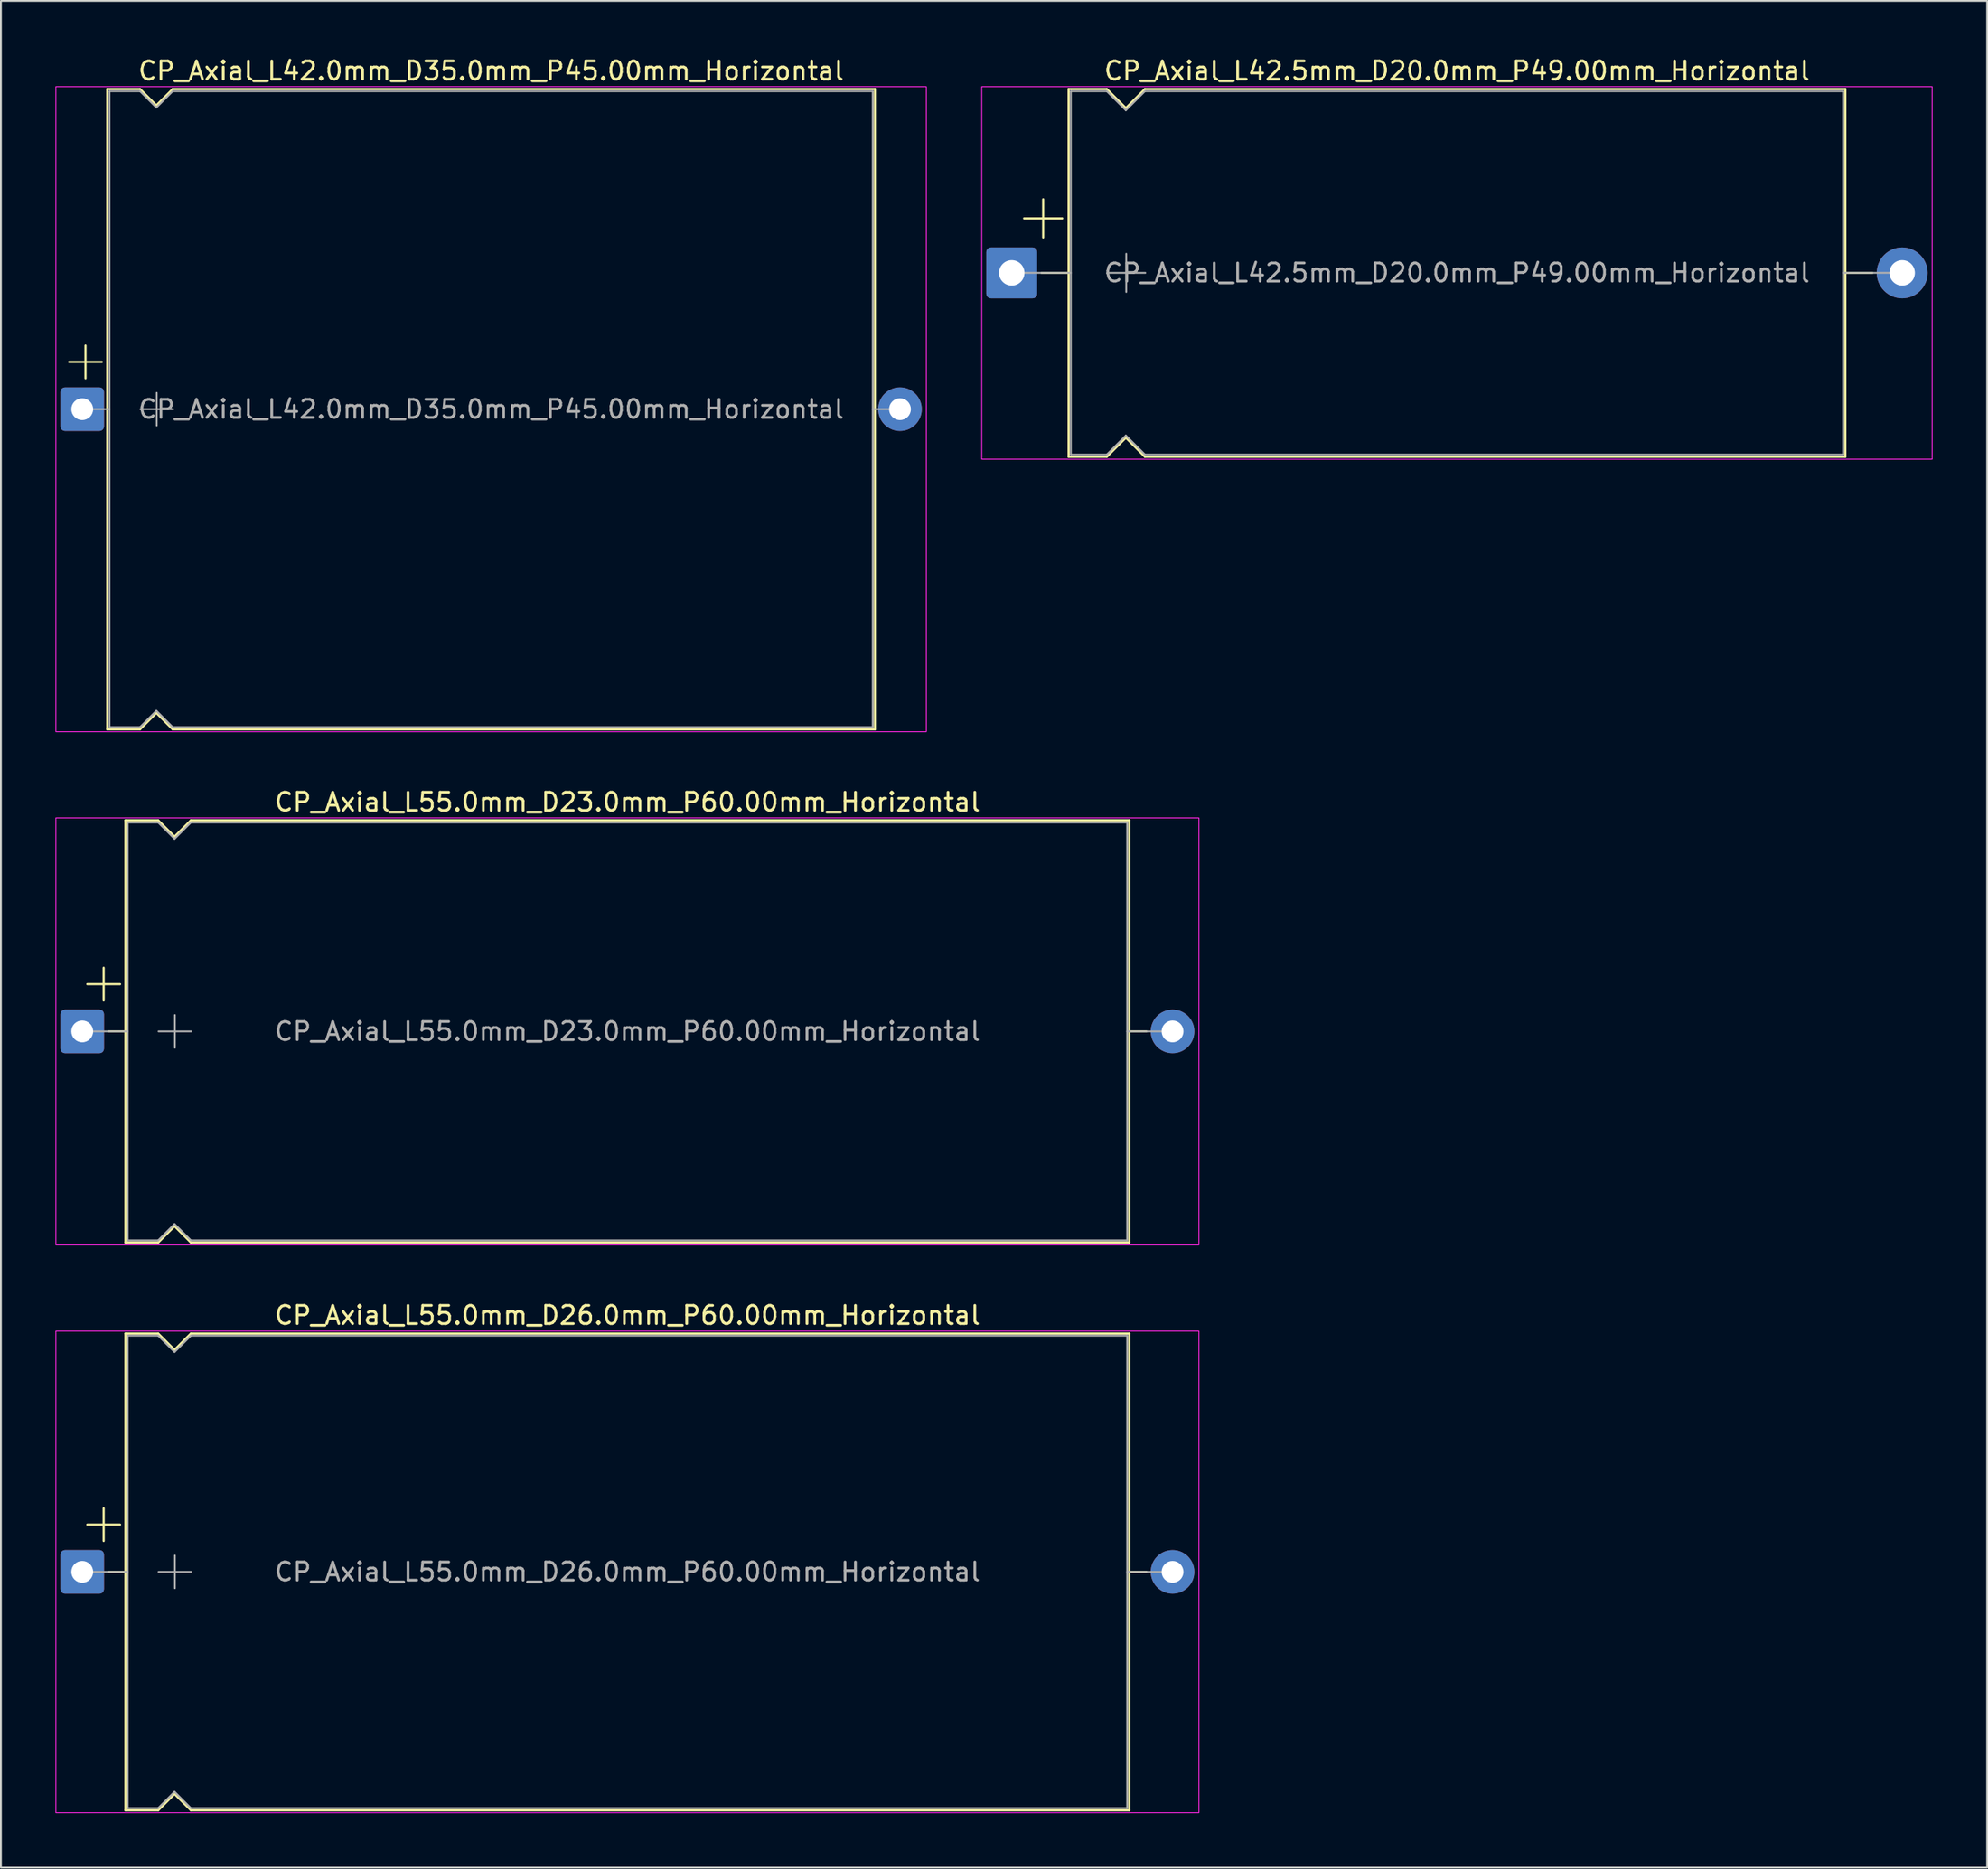
<source format=kicad_pcb>
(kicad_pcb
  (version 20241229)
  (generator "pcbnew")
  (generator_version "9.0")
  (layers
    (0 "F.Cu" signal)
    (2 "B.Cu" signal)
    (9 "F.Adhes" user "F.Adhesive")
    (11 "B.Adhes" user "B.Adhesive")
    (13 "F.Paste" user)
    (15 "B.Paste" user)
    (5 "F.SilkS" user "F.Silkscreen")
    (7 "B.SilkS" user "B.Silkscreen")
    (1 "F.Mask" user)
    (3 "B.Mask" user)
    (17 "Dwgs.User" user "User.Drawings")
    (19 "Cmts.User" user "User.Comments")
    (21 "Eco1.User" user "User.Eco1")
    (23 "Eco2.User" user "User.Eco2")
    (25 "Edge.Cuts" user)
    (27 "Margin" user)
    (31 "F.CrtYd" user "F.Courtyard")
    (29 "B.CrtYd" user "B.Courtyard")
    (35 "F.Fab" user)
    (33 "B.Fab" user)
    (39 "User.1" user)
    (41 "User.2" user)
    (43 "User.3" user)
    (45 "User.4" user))
  (footprint "CP_Axial_L55.0mm_D23.0mm_P60.00mm_Horizontal"
    (layer "F.Cu")
    (at 1.475 53.712)
    (property "Reference" "CP_Axial_L55.0mm_D23.0mm_P60.00mm_Horizontal" (at 30 -12.62 0) (layer "F.SilkS") (effects (font (size 1 1) (thickness 0.15))))
    (attr through_hole)
    (fp_line (start 0.28 -2.6) (end 2.08 -2.6) (stroke (width 0.12) (type solid)) (layer "F.SilkS"))
    (fp_line (start 1.18 -3.5) (end 1.18 -1.7) (stroke (width 0.12) (type solid)) (layer "F.SilkS"))
    (fp_line (start 1.44 0) (end 2.38 0) (stroke (width 0.12) (type solid)) (layer "F.SilkS"))
    (fp_line (start 2.38 -11.62) (end 2.38 11.62) (stroke (width 0.12) (type solid)) (layer "F.SilkS"))
    (fp_line (start 2.38 -11.62) (end 4.18 -11.62) (stroke (width 0.12) (type solid)) (layer "F.SilkS"))
    (fp_line (start 2.38 11.62) (end 4.18 11.62) (stroke (width 0.12) (type solid)) (layer "F.SilkS"))
    (fp_line (start 4.18 -11.62) (end 5.08 -10.72) (stroke (width 0.12) (type solid)) (layer "F.SilkS"))
    (fp_line (start 4.18 11.62) (end 5.08 10.72) (stroke (width 0.12) (type solid)) (layer "F.SilkS"))
    (fp_line (start 5.08 -10.72) (end 5.98 -11.62) (stroke (width 0.12) (type solid)) (layer "F.SilkS"))
    (fp_line (start 5.08 10.72) (end 5.98 11.62) (stroke (width 0.12) (type solid)) (layer "F.SilkS"))
    (fp_line (start 5.98 -11.62) (end 57.62 -11.62) (stroke (width 0.12) (type solid)) (layer "F.SilkS"))
    (fp_line (start 5.98 11.62) (end 57.62 11.62) (stroke (width 0.12) (type solid)) (layer "F.SilkS"))
    (fp_line (start 57.62 -11.62) (end 57.62 11.62) (stroke (width 0.12) (type solid)) (layer "F.SilkS"))
    (fp_line (start 58.56 0) (end 57.62 0) (stroke (width 0.12) (type solid)) (layer "F.SilkS"))
    (fp_rect (start -1.45 -11.75) (end 61.45 11.75) (stroke (width 0.05) (type solid)) (fill no) (layer "F.CrtYd"))
    (fp_line (start 0 0) (end 2.5 0) (stroke (width 0.1) (type solid)) (layer "F.Fab"))
    (fp_line (start 2.5 -11.5) (end 2.5 11.5) (stroke (width 0.1) (type solid)) (layer "F.Fab"))
    (fp_line (start 2.5 -11.5) (end 4.18 -11.5) (stroke (width 0.1) (type solid)) (layer "F.Fab"))
    (fp_line (start 2.5 11.5) (end 4.18 11.5) (stroke (width 0.1) (type solid)) (layer "F.Fab"))
    (fp_line (start 4.18 -11.5) (end 5.08 -10.6) (stroke (width 0.1) (type solid)) (layer "F.Fab"))
    (fp_line (start 4.18 11.5) (end 5.08 10.6) (stroke (width 0.1) (type solid)) (layer "F.Fab"))
    (fp_line (start 4.2 0) (end 6 0) (stroke (width 0.1) (type solid)) (layer "F.Fab"))
    (fp_line (start 5.08 -10.6) (end 5.98 -11.5) (stroke (width 0.1) (type solid)) (layer "F.Fab"))
    (fp_line (start 5.08 10.6) (end 5.98 11.5) (stroke (width 0.1) (type solid)) (layer "F.Fab"))
    (fp_line (start 5.1 -0.9) (end 5.1 0.9) (stroke (width 0.1) (type solid)) (layer "F.Fab"))
    (fp_line (start 5.98 -11.5) (end 57.5 -11.5) (stroke (width 0.1) (type solid)) (layer "F.Fab"))
    (fp_line (start 5.98 11.5) (end 57.5 11.5) (stroke (width 0.1) (type solid)) (layer "F.Fab"))
    (fp_line (start 57.5 -11.5) (end 57.5 11.5) (stroke (width 0.1) (type solid)) (layer "F.Fab"))
    (fp_line (start 60 0) (end 57.5 0) (stroke (width 0.1) (type solid)) (layer "F.Fab"))
    (fp_text user "${REFERENCE}" (at 30 0 0) (layer "F.Fab") (effects (font (size 1 1) (thickness 0.15))))
    (pad "1" thru_hole roundrect (at 0 0) (size 2.4 2.4) (drill 1.2) (layers "*.Cu" "*.Mask") (roundrect_rratio 0.104))
    (pad "2" thru_hole circle (at 60 0) (size 2.4 2.4) (drill 1.2) (layers "*.Cu" "*.Mask")))
  (footprint "CP_Axial_L42.5mm_D20.0mm_P49.00mm_Horizontal"
    (layer "F.Cu")
    (at 52.625 11.968)
    (property "Reference" "CP_Axial_L42.5mm_D20.0mm_P49.00mm_Horizontal" (at 24.5 -11.12 0) (layer "F.SilkS") (effects (font (size 1 1) (thickness 0.15))))
    (attr through_hole)
    (fp_line (start 0.68 -3) (end 2.78 -3) (stroke (width 0.12) (type solid)) (layer "F.SilkS"))
    (fp_line (start 1.64 0) (end 3.13 0) (stroke (width 0.12) (type solid)) (layer "F.SilkS"))
    (fp_line (start 1.73 -4.05) (end 1.73 -1.95) (stroke (width 0.12) (type solid)) (layer "F.SilkS"))
    (fp_line (start 3.13 -10.12) (end 3.13 10.12) (stroke (width 0.12) (type solid)) (layer "F.SilkS"))
    (fp_line (start 3.13 -10.12) (end 5.23 -10.12) (stroke (width 0.12) (type solid)) (layer "F.SilkS"))
    (fp_line (start 3.13 10.12) (end 5.23 10.12) (stroke (width 0.12) (type solid)) (layer "F.SilkS"))
    (fp_line (start 5.23 -10.12) (end 6.28 -9.07) (stroke (width 0.12) (type solid)) (layer "F.SilkS"))
    (fp_line (start 5.23 10.12) (end 6.28 9.07) (stroke (width 0.12) (type solid)) (layer "F.SilkS"))
    (fp_line (start 6.28 -9.07) (end 7.33 -10.12) (stroke (width 0.12) (type solid)) (layer "F.SilkS"))
    (fp_line (start 6.28 9.07) (end 7.33 10.12) (stroke (width 0.12) (type solid)) (layer "F.SilkS"))
    (fp_line (start 7.33 -10.12) (end 45.87 -10.12) (stroke (width 0.12) (type solid)) (layer "F.SilkS"))
    (fp_line (start 7.33 10.12) (end 45.87 10.12) (stroke (width 0.12) (type solid)) (layer "F.SilkS"))
    (fp_line (start 45.87 -10.12) (end 45.87 10.12) (stroke (width 0.12) (type solid)) (layer "F.SilkS"))
    (fp_line (start 47.36 0) (end 45.87 0) (stroke (width 0.12) (type solid)) (layer "F.SilkS"))
    (fp_rect (start -1.65 -10.25) (end 50.65 10.25) (stroke (width 0.05) (type solid)) (fill no) (layer "F.CrtYd"))
    (fp_line (start 0 0) (end 3.25 0) (stroke (width 0.1) (type solid)) (layer "F.Fab"))
    (fp_line (start 3.25 -10) (end 3.25 10) (stroke (width 0.1) (type solid)) (layer "F.Fab"))
    (fp_line (start 3.25 -10) (end 5.23 -10) (stroke (width 0.1) (type solid)) (layer "F.Fab"))
    (fp_line (start 3.25 10) (end 5.23 10) (stroke (width 0.1) (type solid)) (layer "F.Fab"))
    (fp_line (start 5.23 -10) (end 6.28 -8.95) (stroke (width 0.1) (type solid)) (layer "F.Fab"))
    (fp_line (start 5.23 10) (end 6.28 8.95) (stroke (width 0.1) (type solid)) (layer "F.Fab"))
    (fp_line (start 5.25 0) (end 7.35 0) (stroke (width 0.1) (type solid)) (layer "F.Fab"))
    (fp_line (start 6.28 -8.95) (end 7.33 -10) (stroke (width 0.1) (type solid)) (layer "F.Fab"))
    (fp_line (start 6.28 8.95) (end 7.33 10) (stroke (width 0.1) (type solid)) (layer "F.Fab"))
    (fp_line (start 6.3 -1.05) (end 6.3 1.05) (stroke (width 0.1) (type solid)) (layer "F.Fab"))
    (fp_line (start 7.33 -10) (end 45.75 -10) (stroke (width 0.1) (type solid)) (layer "F.Fab"))
    (fp_line (start 7.33 10) (end 45.75 10) (stroke (width 0.1) (type solid)) (layer "F.Fab"))
    (fp_line (start 45.75 -10) (end 45.75 10) (stroke (width 0.1) (type solid)) (layer "F.Fab"))
    (fp_line (start 49 0) (end 45.75 0) (stroke (width 0.1) (type solid)) (layer "F.Fab"))
    (fp_text user "${REFERENCE}" (at 24.5 0 0) (layer "F.Fab") (effects (font (size 1 1) (thickness 0.15))))
    (pad "1" thru_hole roundrect (at 0 0) (size 2.8 2.8) (drill 1.4) (layers "*.Cu" "*.Mask") (roundrect_rratio 0.089))
    (pad "2" thru_hole circle (at 49 0) (size 2.8 2.8) (drill 1.4) (layers "*.Cu" "*.Mask")))
  (footprint "CP_Axial_L42.0mm_D35.0mm_P45.00mm_Horizontal"
    (layer "F.Cu")
    (at 1.475 19.468)
    (property "Reference" "CP_Axial_L42.0mm_D35.0mm_P45.00mm_Horizontal" (at 22.5 -18.62 0) (layer "F.SilkS") (effects (font (size 1 1) (thickness 0.15))))
    (attr through_hole)
    (fp_line (start -0.72 -2.6) (end 1.08 -2.6) (stroke (width 0.12) (type solid)) (layer "F.SilkS"))
    (fp_line (start 0.18 -3.5) (end 0.18 -1.7) (stroke (width 0.12) (type solid)) (layer "F.SilkS"))
    (fp_line (start 1.38 -17.62) (end 1.38 17.62) (stroke (width 0.12) (type solid)) (layer "F.SilkS"))
    (fp_line (start 1.38 -17.62) (end 3.18 -17.62) (stroke (width 0.12) (type solid)) (layer "F.SilkS"))
    (fp_line (start 1.38 17.62) (end 3.18 17.62) (stroke (width 0.12) (type solid)) (layer "F.SilkS"))
    (fp_line (start 3.18 -17.62) (end 4.08 -16.72) (stroke (width 0.12) (type solid)) (layer "F.SilkS"))
    (fp_line (start 3.18 17.62) (end 4.08 16.72) (stroke (width 0.12) (type solid)) (layer "F.SilkS"))
    (fp_line (start 4.08 -16.72) (end 4.98 -17.62) (stroke (width 0.12) (type solid)) (layer "F.SilkS"))
    (fp_line (start 4.08 16.72) (end 4.98 17.62) (stroke (width 0.12) (type solid)) (layer "F.SilkS"))
    (fp_line (start 4.98 -17.62) (end 43.62 -17.62) (stroke (width 0.12) (type solid)) (layer "F.SilkS"))
    (fp_line (start 4.98 17.62) (end 43.62 17.62) (stroke (width 0.12) (type solid)) (layer "F.SilkS"))
    (fp_line (start 43.62 -17.62) (end 43.62 17.62) (stroke (width 0.12) (type solid)) (layer "F.SilkS"))
    (fp_rect (start -1.45 -17.75) (end 46.45 17.75) (stroke (width 0.05) (type solid)) (fill no) (layer "F.CrtYd"))
    (fp_line (start 0 0) (end 1.5 0) (stroke (width 0.1) (type solid)) (layer "F.Fab"))
    (fp_line (start 1.5 -17.5) (end 1.5 17.5) (stroke (width 0.1) (type solid)) (layer "F.Fab"))
    (fp_line (start 1.5 -17.5) (end 3.18 -17.5) (stroke (width 0.1) (type solid)) (layer "F.Fab"))
    (fp_line (start 1.5 17.5) (end 3.18 17.5) (stroke (width 0.1) (type solid)) (layer "F.Fab"))
    (fp_line (start 3.18 -17.5) (end 4.08 -16.6) (stroke (width 0.1) (type solid)) (layer "F.Fab"))
    (fp_line (start 3.18 17.5) (end 4.08 16.6) (stroke (width 0.1) (type solid)) (layer "F.Fab"))
    (fp_line (start 3.2 0) (end 5 0) (stroke (width 0.1) (type solid)) (layer "F.Fab"))
    (fp_line (start 4.08 -16.6) (end 4.98 -17.5) (stroke (width 0.1) (type solid)) (layer "F.Fab"))
    (fp_line (start 4.08 16.6) (end 4.98 17.5) (stroke (width 0.1) (type solid)) (layer "F.Fab"))
    (fp_line (start 4.1 -0.9) (end 4.1 0.9) (stroke (width 0.1) (type solid)) (layer "F.Fab"))
    (fp_line (start 4.98 -17.5) (end 43.5 -17.5) (stroke (width 0.1) (type solid)) (layer "F.Fab"))
    (fp_line (start 4.98 17.5) (end 43.5 17.5) (stroke (width 0.1) (type solid)) (layer "F.Fab"))
    (fp_line (start 43.5 -17.5) (end 43.5 17.5) (stroke (width 0.1) (type solid)) (layer "F.Fab"))
    (fp_line (start 45 0) (end 43.5 0) (stroke (width 0.1) (type solid)) (layer "F.Fab"))
    (fp_text user "${REFERENCE}" (at 22.5 0 0) (layer "F.Fab") (effects (font (size 1 1) (thickness 0.15))))
    (pad "1" thru_hole roundrect (at 0 0) (size 2.4 2.4) (drill 1.2) (layers "*.Cu" "*.Mask") (roundrect_rratio 0.104))
    (pad "2" thru_hole circle (at 45 0) (size 2.4 2.4) (drill 1.2) (layers "*.Cu" "*.Mask")))
  (footprint "CP_Axial_L55.0mm_D26.0mm_P60.00mm_Horizontal"
    (layer "F.Cu")
    (at 1.475 83.455)
    (property "Reference" "CP_Axial_L55.0mm_D26.0mm_P60.00mm_Horizontal" (at 30 -14.12 0) (layer "F.SilkS") (effects (font (size 1 1) (thickness 0.15))))
    (attr through_hole)
    (fp_line (start 0.28 -2.6) (end 2.08 -2.6) (stroke (width 0.12) (type solid)) (layer "F.SilkS"))
    (fp_line (start 1.18 -3.5) (end 1.18 -1.7) (stroke (width 0.12) (type solid)) (layer "F.SilkS"))
    (fp_line (start 1.44 0) (end 2.38 0) (stroke (width 0.12) (type solid)) (layer "F.SilkS"))
    (fp_line (start 2.38 -13.12) (end 2.38 13.12) (stroke (width 0.12) (type solid)) (layer "F.SilkS"))
    (fp_line (start 2.38 -13.12) (end 4.18 -13.12) (stroke (width 0.12) (type solid)) (layer "F.SilkS"))
    (fp_line (start 2.38 13.12) (end 4.18 13.12) (stroke (width 0.12) (type solid)) (layer "F.SilkS"))
    (fp_line (start 4.18 -13.12) (end 5.08 -12.22) (stroke (width 0.12) (type solid)) (layer "F.SilkS"))
    (fp_line (start 4.18 13.12) (end 5.08 12.22) (stroke (width 0.12) (type solid)) (layer "F.SilkS"))
    (fp_line (start 5.08 -12.22) (end 5.98 -13.12) (stroke (width 0.12) (type solid)) (layer "F.SilkS"))
    (fp_line (start 5.08 12.22) (end 5.98 13.12) (stroke (width 0.12) (type solid)) (layer "F.SilkS"))
    (fp_line (start 5.98 -13.12) (end 57.62 -13.12) (stroke (width 0.12) (type solid)) (layer "F.SilkS"))
    (fp_line (start 5.98 13.12) (end 57.62 13.12) (stroke (width 0.12) (type solid)) (layer "F.SilkS"))
    (fp_line (start 57.62 -13.12) (end 57.62 13.12) (stroke (width 0.12) (type solid)) (layer "F.SilkS"))
    (fp_line (start 58.56 0) (end 57.62 0) (stroke (width 0.12) (type solid)) (layer "F.SilkS"))
    (fp_rect (start -1.45 -13.25) (end 61.45 13.25) (stroke (width 0.05) (type solid)) (fill no) (layer "F.CrtYd"))
    (fp_line (start 0 0) (end 2.5 0) (stroke (width 0.1) (type solid)) (layer "F.Fab"))
    (fp_line (start 2.5 -13) (end 2.5 13) (stroke (width 0.1) (type solid)) (layer "F.Fab"))
    (fp_line (start 2.5 -13) (end 4.18 -13) (stroke (width 0.1) (type solid)) (layer "F.Fab"))
    (fp_line (start 2.5 13) (end 4.18 13) (stroke (width 0.1) (type solid)) (layer "F.Fab"))
    (fp_line (start 4.18 -13) (end 5.08 -12.1) (stroke (width 0.1) (type solid)) (layer "F.Fab"))
    (fp_line (start 4.18 13) (end 5.08 12.1) (stroke (width 0.1) (type solid)) (layer "F.Fab"))
    (fp_line (start 4.2 0) (end 6 0) (stroke (width 0.1) (type solid)) (layer "F.Fab"))
    (fp_line (start 5.08 -12.1) (end 5.98 -13) (stroke (width 0.1) (type solid)) (layer "F.Fab"))
    (fp_line (start 5.08 12.1) (end 5.98 13) (stroke (width 0.1) (type solid)) (layer "F.Fab"))
    (fp_line (start 5.1 -0.9) (end 5.1 0.9) (stroke (width 0.1) (type solid)) (layer "F.Fab"))
    (fp_line (start 5.98 -13) (end 57.5 -13) (stroke (width 0.1) (type solid)) (layer "F.Fab"))
    (fp_line (start 5.98 13) (end 57.5 13) (stroke (width 0.1) (type solid)) (layer "F.Fab"))
    (fp_line (start 57.5 -13) (end 57.5 13) (stroke (width 0.1) (type solid)) (layer "F.Fab"))
    (fp_line (start 60 0) (end 57.5 0) (stroke (width 0.1) (type solid)) (layer "F.Fab"))
    (fp_text user "${REFERENCE}" (at 30 0 0) (layer "F.Fab") (effects (font (size 1 1) (thickness 0.15))))
    (pad "1" thru_hole roundrect (at 0 0) (size 2.4 2.4) (drill 1.2) (layers "*.Cu" "*.Mask") (roundrect_rratio 0.104))
    (pad "2" thru_hole circle (at 60 0) (size 2.4 2.4) (drill 1.2) (layers "*.Cu" "*.Mask")))
  (gr_rect
    (start -3 -3)
    (end 106.3 99.73)
    (stroke (width 0.1) (type default))
    (fill no)
    (layer "Edge.Cuts")))
</source>
